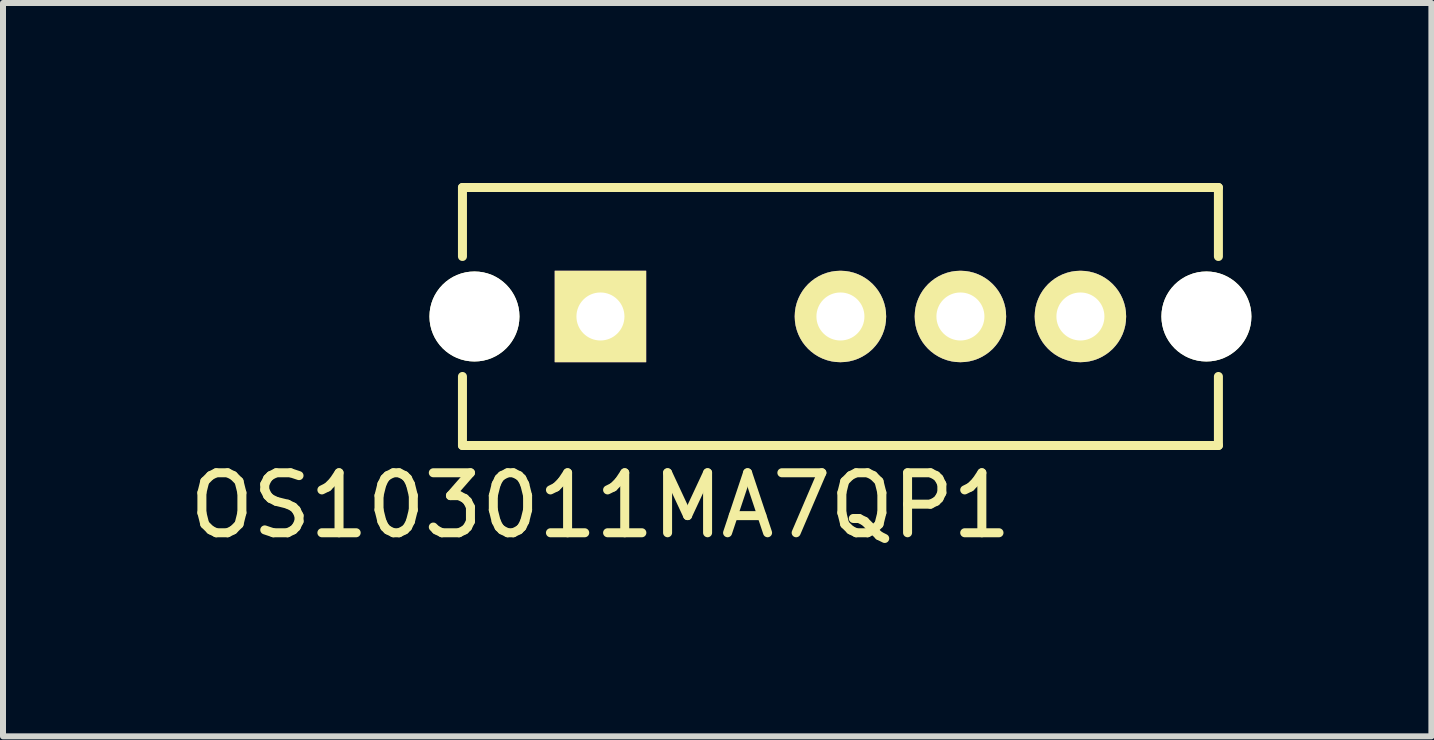
<source format=kicad_pcb>
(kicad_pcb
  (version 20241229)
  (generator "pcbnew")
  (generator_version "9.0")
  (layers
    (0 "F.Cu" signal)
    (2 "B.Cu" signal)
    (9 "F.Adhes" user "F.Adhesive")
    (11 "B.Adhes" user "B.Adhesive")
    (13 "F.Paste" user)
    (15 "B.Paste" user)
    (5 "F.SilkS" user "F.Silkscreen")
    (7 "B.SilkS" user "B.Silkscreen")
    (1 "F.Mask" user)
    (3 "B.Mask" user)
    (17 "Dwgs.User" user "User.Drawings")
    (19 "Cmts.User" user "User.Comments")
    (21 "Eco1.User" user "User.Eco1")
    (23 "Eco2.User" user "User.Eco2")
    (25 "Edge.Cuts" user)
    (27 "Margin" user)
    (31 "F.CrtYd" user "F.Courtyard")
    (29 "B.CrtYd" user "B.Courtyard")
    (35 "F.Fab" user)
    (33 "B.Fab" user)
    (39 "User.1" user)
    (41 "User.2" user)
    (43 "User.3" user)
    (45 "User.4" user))
  (footprint "OS103011MA7QP1"
    (layer "F.Cu")
    (at 6.958 2.225)
    (property "Reference" "OS103011MA7QP1" (at 0 3.15 0) (layer "F.SilkS") (effects (font (size 1 1) (thickness 0.15))))
    (attr through_hole)
    (fp_line (start -2.3 -2.15) (end -2.3 -1) (stroke (width 0.15) (type solid)) (layer "F.SilkS"))
    (fp_line (start -2.3 -2.15) (end 10.3 -2.15) (stroke (width 0.15) (type solid)) (layer "F.SilkS"))
    (fp_line (start -2.3 1) (end -2.3 2.15) (stroke (width 0.15) (type solid)) (layer "F.SilkS"))
    (fp_line (start -2.3 2.15) (end 10.3 2.15) (stroke (width 0.15) (type solid)) (layer "F.SilkS"))
    (fp_line (start 10.3 -2.15) (end 10.3 -1) (stroke (width 0.15) (type solid)) (layer "F.SilkS"))
    (fp_line (start 10.3 1) (end 10.3 2.15) (stroke (width 0.15) (type solid)) (layer "F.SilkS"))
    (pad "" np_thru_hole circle (at -2.1 0) (size 1.5 1.5) (drill 1.5) (layers "*.Cu" "*.Mask" "F.SilkS"))
    (pad "" np_thru_hole circle (at 10.1 0) (size 1.5 1.5) (drill 1.5) (layers "*.Cu" "*.Mask" "F.SilkS"))
    (pad "1" thru_hole rect (at 0 0) (size 1.524 1.524) (drill 0.8) (layers "*.Cu" "*.Mask" "F.SilkS"))
    (pad "2" thru_hole circle (at 6 0) (size 1.524 1.524) (drill 0.8) (layers "*.Cu" "*.Mask" "F.SilkS"))
    (pad "3" thru_hole circle (at 4 0) (size 1.524 1.524) (drill 0.8) (layers "*.Cu" "*.Mask" "F.SilkS"))
    (pad "4" thru_hole circle (at 8 0) (size 1.524 1.524) (drill 0.8) (layers "*.Cu" "*.Mask" "F.SilkS")))
  (gr_rect
    (start -3 -3)
    (end 20.808 9.223)
    (stroke (width 0.1) (type default))
    (fill no)
    (layer "Edge.Cuts")))
</source>
